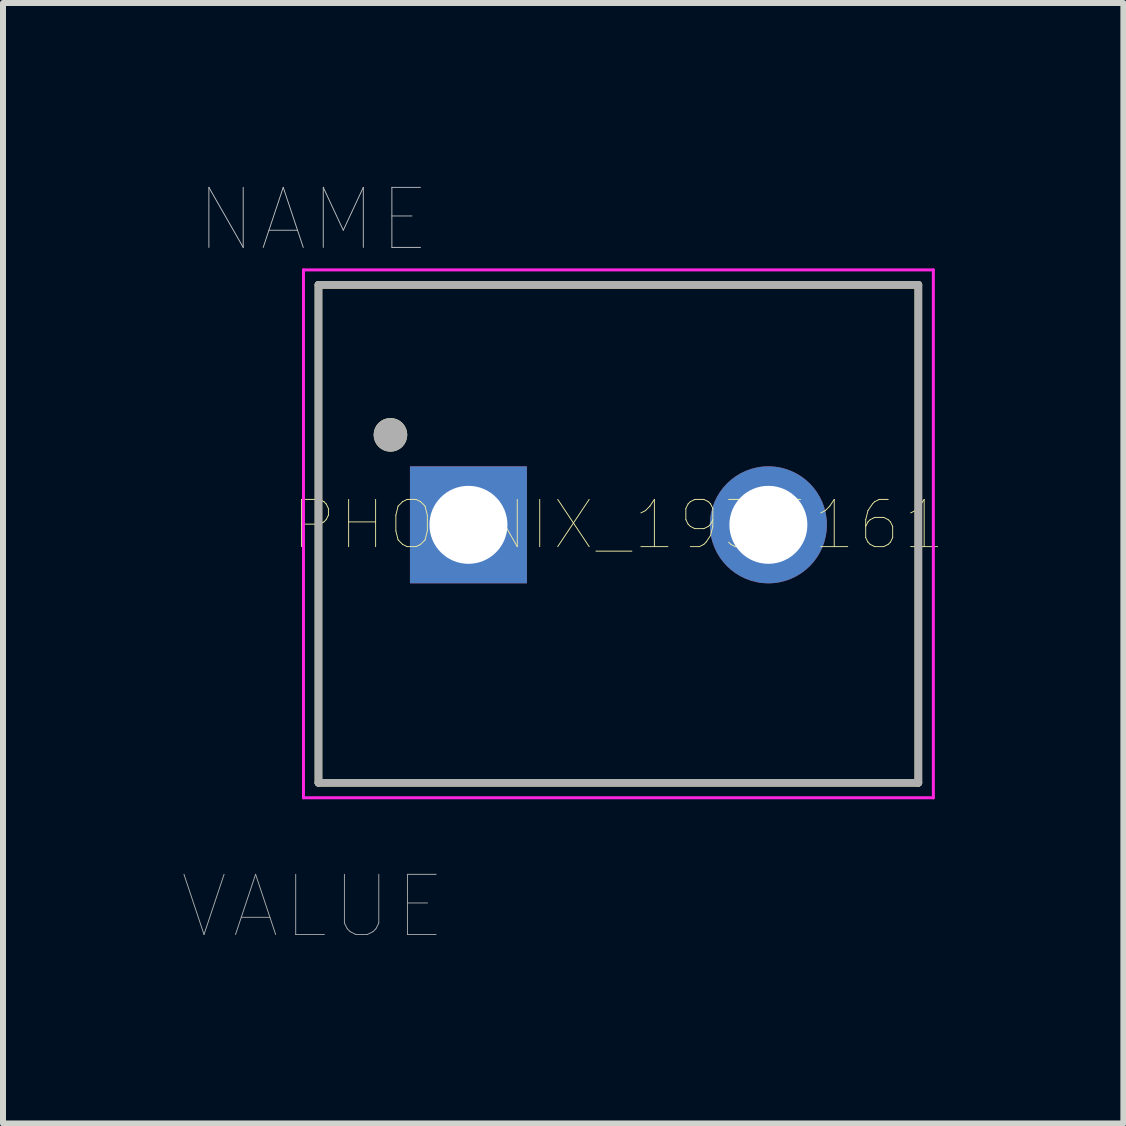
<source format=kicad_pcb>
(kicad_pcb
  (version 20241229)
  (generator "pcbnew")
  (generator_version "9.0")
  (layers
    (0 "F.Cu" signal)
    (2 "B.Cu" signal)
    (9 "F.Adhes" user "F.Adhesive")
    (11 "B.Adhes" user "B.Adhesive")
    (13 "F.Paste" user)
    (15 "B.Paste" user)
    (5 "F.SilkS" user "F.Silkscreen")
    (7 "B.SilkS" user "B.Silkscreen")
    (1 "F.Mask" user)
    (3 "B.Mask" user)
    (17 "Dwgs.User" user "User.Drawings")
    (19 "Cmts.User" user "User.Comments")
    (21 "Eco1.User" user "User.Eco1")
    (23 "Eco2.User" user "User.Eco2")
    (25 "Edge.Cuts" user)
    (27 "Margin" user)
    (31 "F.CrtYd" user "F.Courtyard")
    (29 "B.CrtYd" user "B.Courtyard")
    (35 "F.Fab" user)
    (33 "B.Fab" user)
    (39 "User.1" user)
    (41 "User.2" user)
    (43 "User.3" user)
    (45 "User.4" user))
  (footprint "PHOENIX_1935161"
    (layer "F.Cu")
    (at 7.259 5.699)
    (property "Reference" "PHOENIX_1935161" (at 0 0 0) (layer "F.SilkS") (effects (font (size 0.787 0.787) (thickness 0.015))))
    (attr through_hole)
    (fp_line (start -5 -4) (end 5 -4) (stroke (width 0.127) (type solid)) (layer "F.SilkS"))
    (fp_line (start -5 4.3) (end -5 -4) (stroke (width 0.127) (type solid)) (layer "F.SilkS"))
    (fp_line (start 5 -4) (end 5 4.3) (stroke (width 0.127) (type solid)) (layer "F.SilkS"))
    (fp_line (start 5 4.3) (end -5 4.3) (stroke (width 0.127) (type solid)) (layer "F.SilkS"))
    (fp_circle (center -3.8 -1.5) (end -3.66 -1.5) (stroke (width 0.28) (type solid)) (fill no) (layer "F.SilkS"))
    (fp_line (start -5.25 -4.25) (end 5.25 -4.25) (stroke (width 0.05) (type solid)) (layer "F.CrtYd"))
    (fp_line (start -5.25 4.55) (end -5.25 -4.25) (stroke (width 0.05) (type solid)) (layer "F.CrtYd"))
    (fp_line (start 5.25 -4.25) (end 5.25 4.55) (stroke (width 0.05) (type solid)) (layer "F.CrtYd"))
    (fp_line (start 5.25 4.55) (end -5.25 4.55) (stroke (width 0.05) (type solid)) (layer "F.CrtYd"))
    (fp_line (start -5 -4) (end 5 -4) (stroke (width 0.127) (type solid)) (layer "F.Fab"))
    (fp_line (start -5 4.3) (end -5 -4) (stroke (width 0.127) (type solid)) (layer "F.Fab"))
    (fp_line (start 5 -4) (end 5 4.3) (stroke (width 0.127) (type solid)) (layer "F.Fab"))
    (fp_line (start 5 4.3) (end -5 4.3) (stroke (width 0.127) (type solid)) (layer "F.Fab"))
    (fp_circle (center -3.8 -1.5) (end -3.66 -1.5) (stroke (width 0.28) (type solid)) (fill no) (layer "F.Fab"))
    (fp_text user "NAME" (at -5.087 -5.087 0) (layer "Dwgs.User") (effects (font (size 1.001 1.001) (thickness 0.015))))
    (fp_text user "VALUE" (at -5.093 6.366 0) (layer "F.Fab") (effects (font (size 1.003 1.003) (thickness 0.015))))
    (pad "1" thru_hole rect (at -2.5 0) (size 1.95 1.95) (drill 1.3) (layers "*.Cu" "*.Mask"))
    (pad "2" thru_hole circle (at 2.5 0) (size 1.95 1.95) (drill 1.3) (layers "*.Cu" "*.Mask")))
  (gr_rect
    (start -3 -3)
    (end 15.677 15.678)
    (stroke (width 0.1) (type default))
    (fill no)
    (layer "Edge.Cuts")))
</source>
